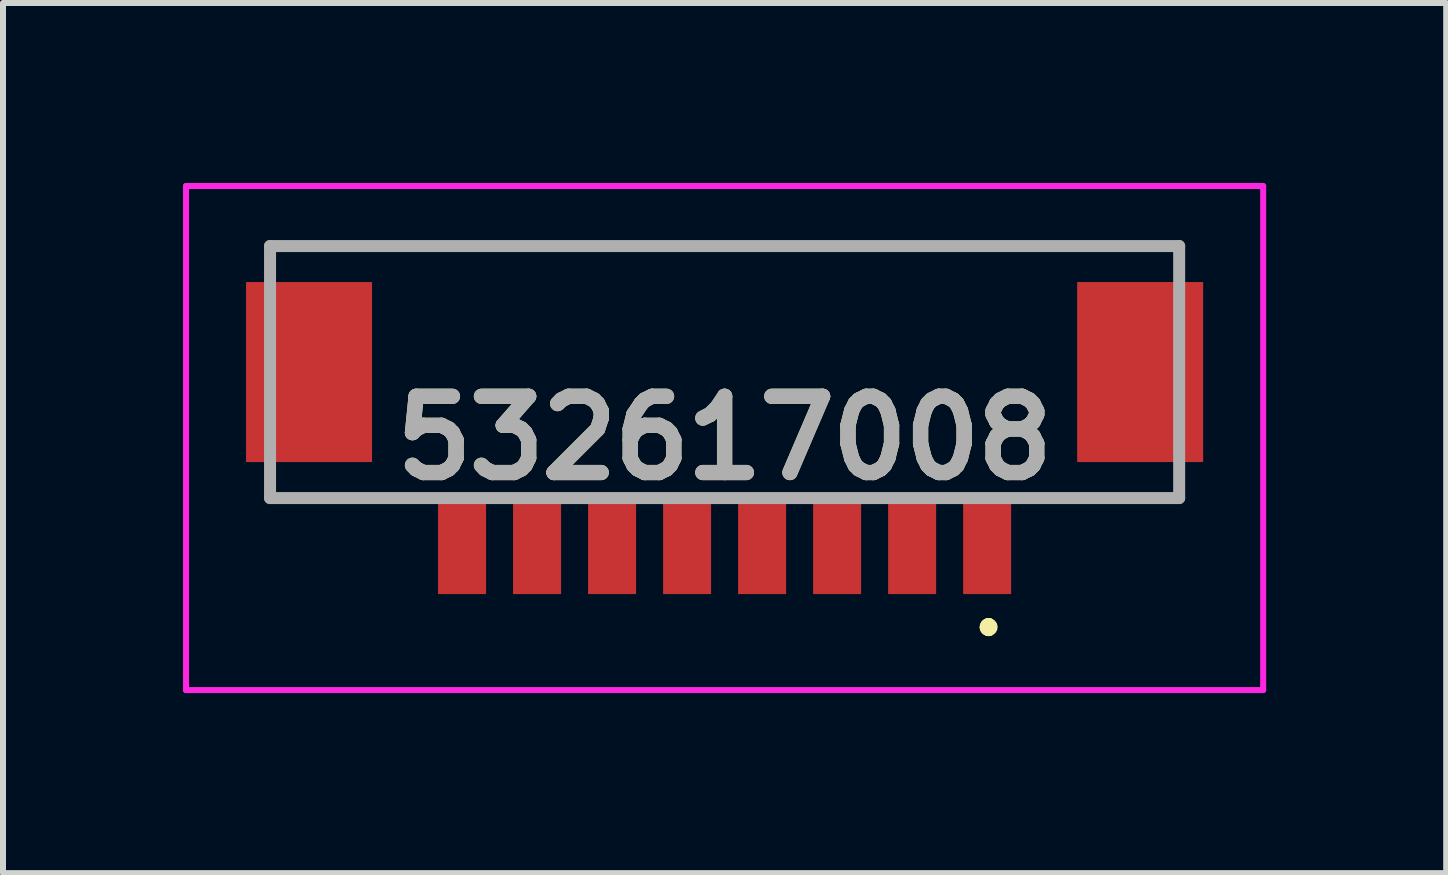
<source format=kicad_pcb>
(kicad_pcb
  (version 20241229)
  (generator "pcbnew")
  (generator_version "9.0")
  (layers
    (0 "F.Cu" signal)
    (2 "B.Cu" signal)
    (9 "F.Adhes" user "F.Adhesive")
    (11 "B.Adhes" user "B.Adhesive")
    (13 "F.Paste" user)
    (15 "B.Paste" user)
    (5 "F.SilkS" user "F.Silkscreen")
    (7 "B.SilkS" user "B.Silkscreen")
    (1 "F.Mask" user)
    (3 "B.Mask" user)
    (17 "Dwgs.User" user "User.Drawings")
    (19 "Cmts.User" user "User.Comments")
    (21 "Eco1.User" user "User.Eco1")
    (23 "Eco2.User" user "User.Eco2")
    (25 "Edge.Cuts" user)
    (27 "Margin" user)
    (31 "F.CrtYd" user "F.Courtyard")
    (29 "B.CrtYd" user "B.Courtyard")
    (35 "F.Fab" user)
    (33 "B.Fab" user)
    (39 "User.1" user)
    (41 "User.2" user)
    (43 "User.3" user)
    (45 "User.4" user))
  (footprint "532617008"
    (layer "F.Cu")
    (at 9.025 3.15)
    (property "Reference" "532617008" (at 0 1.1 0) (layer "F.SilkS") (effects (font (size 1.27 1.27) (thickness 0.254))))
    (attr smd)
    (fp_line (start -7.575 -2.1) (end -7.575 -2.1) (stroke (width 0.1) (type solid)) (layer "F.SilkS"))
    (fp_line (start -7.575 -2.1) (end 7.575 -2.1) (stroke (width 0.1) (type solid)) (layer "F.SilkS"))
    (fp_line (start -7.575 2.1) (end -7.575 2.1) (stroke (width 0.1) (type solid)) (layer "F.SilkS"))
    (fp_line (start -7.575 2.1) (end -5.5 2.1) (stroke (width 0.1) (type solid)) (layer "F.SilkS"))
    (fp_line (start -5.5 2.1) (end -7.575 2.1) (stroke (width 0.1) (type solid)) (layer "F.SilkS"))
    (fp_line (start -5.5 2.1) (end -5.5 2.1) (stroke (width 0.1) (type solid)) (layer "F.SilkS"))
    (fp_line (start 4.4 4.2) (end 4.4 4.2) (stroke (width 0.2) (type solid)) (layer "F.SilkS"))
    (fp_line (start 4.4 4.2) (end 4.4 4.2) (stroke (width 0.2) (type solid)) (layer "F.SilkS"))
    (fp_line (start 4.4 4.3) (end 4.4 4.3) (stroke (width 0.2) (type solid)) (layer "F.SilkS"))
    (fp_line (start 5.5 2.1) (end 5.5 2.1) (stroke (width 0.1) (type solid)) (layer "F.SilkS"))
    (fp_line (start 5.5 2.1) (end 7.575 2.1) (stroke (width 0.1) (type solid)) (layer "F.SilkS"))
    (fp_line (start 7.575 -2.1) (end -7.575 -2.1) (stroke (width 0.1) (type solid)) (layer "F.SilkS"))
    (fp_line (start 7.575 -2.1) (end 7.575 -2.1) (stroke (width 0.1) (type solid)) (layer "F.SilkS"))
    (fp_line (start 7.575 2.1) (end 5.5 2.1) (stroke (width 0.1) (type solid)) (layer "F.SilkS"))
    (fp_line (start 7.575 2.1) (end 7.575 2.1) (stroke (width 0.1) (type solid)) (layer "F.SilkS"))
    (fp_arc (start 4.4 4.2) (mid 4.45 4.25) (end 4.4 4.3) (stroke (width 0.2) (type solid)) (layer "F.SilkS"))
    (fp_arc (start 4.4 4.3) (mid 4.35 4.25) (end 4.4 4.2) (stroke (width 0.2) (type solid)) (layer "F.SilkS"))
    (fp_arc (start 4.4 4.3) (mid 4.35 4.25) (end 4.4 4.2) (stroke (width 0.2) (type solid)) (layer "F.SilkS"))
    (fp_line (start -8.975 -3.1) (end 8.975 -3.1) (stroke (width 0.1) (type solid)) (layer "F.CrtYd"))
    (fp_line (start -8.975 5.3) (end -8.975 -3.1) (stroke (width 0.1) (type solid)) (layer "F.CrtYd"))
    (fp_line (start 8.975 -3.1) (end 8.975 5.3) (stroke (width 0.1) (type solid)) (layer "F.CrtYd"))
    (fp_line (start 8.975 5.3) (end -8.975 5.3) (stroke (width 0.1) (type solid)) (layer "F.CrtYd"))
    (fp_line (start -7.575 -2.1) (end -7.575 2.1) (stroke (width 0.2) (type solid)) (layer "F.Fab"))
    (fp_line (start -7.575 2.1) (end 7.575 2.1) (stroke (width 0.2) (type solid)) (layer "F.Fab"))
    (fp_line (start 7.575 -2.1) (end -7.575 -2.1) (stroke (width 0.2) (type solid)) (layer "F.Fab"))
    (fp_line (start 7.575 2.1) (end 7.575 -2.1) (stroke (width 0.2) (type solid)) (layer "F.Fab"))
    (fp_text user "${REFERENCE}" (at 0 1.1 0) (layer "F.Fab") (effects (font (size 1.27 1.27) (thickness 0.254))))
    (pad "1" smd rect (at 4.375 2.9) (size 0.8 1.6) (layers "F.Cu" "F.Mask" "F.Paste"))
    (pad "2" smd rect (at 3.125 2.9) (size 0.8 1.6) (layers "F.Cu" "F.Mask" "F.Paste"))
    (pad "3" smd rect (at 1.875 2.9) (size 0.8 1.6) (layers "F.Cu" "F.Mask" "F.Paste"))
    (pad "4" smd rect (at 0.625 2.9) (size 0.8 1.6) (layers "F.Cu" "F.Mask" "F.Paste"))
    (pad "5" smd rect (at -0.625 2.9) (size 0.8 1.6) (layers "F.Cu" "F.Mask" "F.Paste"))
    (pad "6" smd rect (at -1.875 2.9) (size 0.8 1.6) (layers "F.Cu" "F.Mask" "F.Paste"))
    (pad "7" smd rect (at -3.125 2.9) (size 0.8 1.6) (layers "F.Cu" "F.Mask" "F.Paste"))
    (pad "8" smd rect (at -4.375 2.9) (size 0.8 1.6) (layers "F.Cu" "F.Mask" "F.Paste"))
    (pad "MP1" smd rect (at 6.925 0) (size 2.1 3) (layers "F.Cu" "F.Mask" "F.Paste"))
    (pad "MP2" smd rect (at -6.925 0) (size 2.1 3) (layers "F.Cu" "F.Mask" "F.Paste")))
  (gr_rect
    (start -3 -3)
    (end 21.05 11.5)
    (stroke (width 0.1) (type default))
    (fill no)
    (layer "Edge.Cuts")))
</source>
